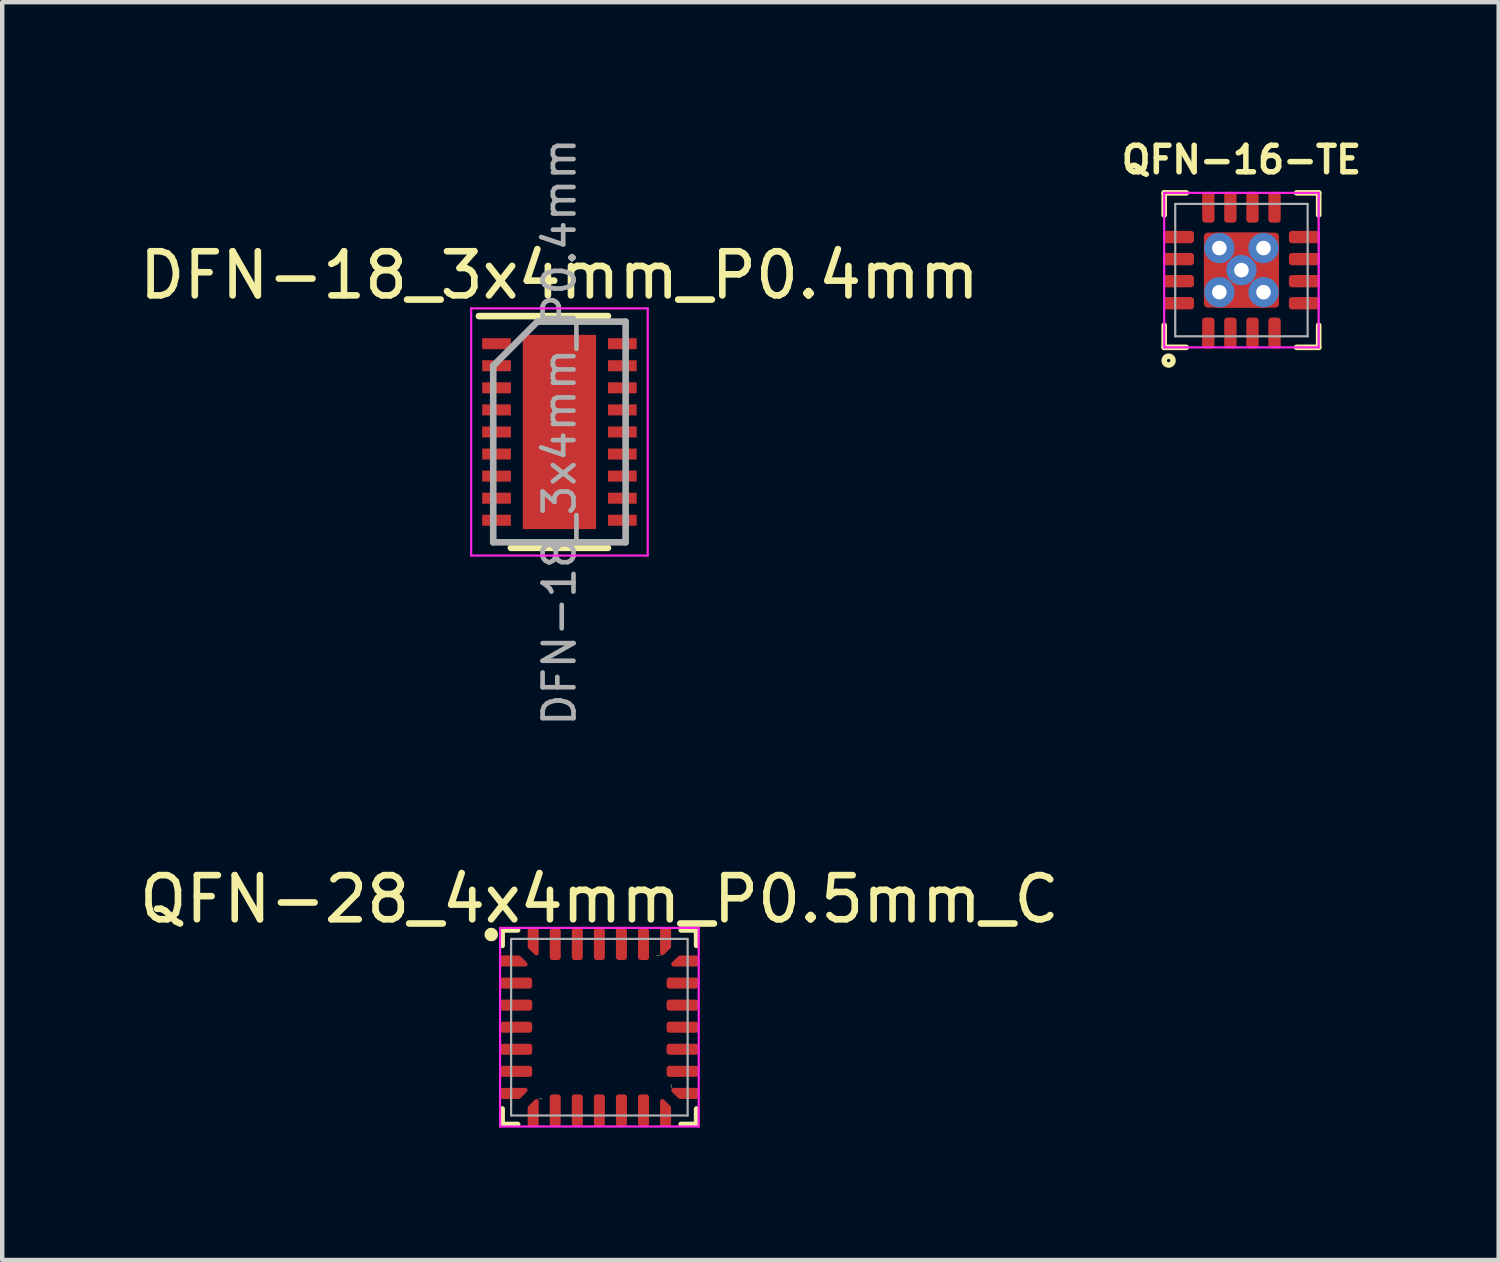
<source format=kicad_pcb>
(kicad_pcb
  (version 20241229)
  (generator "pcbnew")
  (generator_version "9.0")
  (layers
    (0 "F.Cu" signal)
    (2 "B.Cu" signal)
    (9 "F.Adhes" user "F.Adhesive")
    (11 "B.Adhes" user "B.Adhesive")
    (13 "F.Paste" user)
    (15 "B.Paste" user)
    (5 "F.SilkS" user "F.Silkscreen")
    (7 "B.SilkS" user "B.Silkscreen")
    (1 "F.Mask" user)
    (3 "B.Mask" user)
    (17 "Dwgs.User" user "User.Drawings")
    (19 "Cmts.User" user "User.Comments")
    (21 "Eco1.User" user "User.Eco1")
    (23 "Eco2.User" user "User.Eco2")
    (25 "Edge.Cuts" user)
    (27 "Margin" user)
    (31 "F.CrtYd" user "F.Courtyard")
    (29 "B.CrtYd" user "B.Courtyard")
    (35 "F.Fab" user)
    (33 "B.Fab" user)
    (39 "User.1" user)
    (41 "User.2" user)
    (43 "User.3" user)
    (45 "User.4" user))
  (footprint "DFN-18_3x4mm_P0.4mm"
    (layer "F.Cu")
    (at 9.625 6.737)
    (property "Reference" "DFN-18_3x4mm_P0.4mm" (at 0 -3.55 0) (layer "F.SilkS") (effects (font (size 1 1) (thickness 0.15))))
    (attr smd)
    (fp_line (start -1.825 -2.625) (end 1.1 -2.625) (stroke (width 0.15) (type solid)) (layer "F.SilkS"))
    (fp_line (start -1.1 2.625) (end 1.1 2.625) (stroke (width 0.15) (type solid)) (layer "F.SilkS"))
    (fp_line (start -2 -2.8) (end -2 2.8) (stroke (width 0.05) (type solid)) (layer "F.CrtYd"))
    (fp_line (start -2 -2.8) (end 2 -2.8) (stroke (width 0.05) (type solid)) (layer "F.CrtYd"))
    (fp_line (start -2 2.8) (end 2 2.8) (stroke (width 0.05) (type solid)) (layer "F.CrtYd"))
    (fp_line (start 2 -2.8) (end 2 2.8) (stroke (width 0.05) (type solid)) (layer "F.CrtYd"))
    (fp_line (start -1.5 -1.5) (end -0.5 -2.5) (stroke (width 0.15) (type solid)) (layer "F.Fab"))
    (fp_line (start -1.5 2.5) (end -1.5 -1.5) (stroke (width 0.15) (type solid)) (layer "F.Fab"))
    (fp_line (start -0.5 -2.5) (end 1.5 -2.5) (stroke (width 0.15) (type solid)) (layer "F.Fab"))
    (fp_line (start 1.5 -2.5) (end 1.5 2.5) (stroke (width 0.15) (type solid)) (layer "F.Fab"))
    (fp_line (start 1.5 2.5) (end -1.5 2.5) (stroke (width 0.15) (type solid)) (layer "F.Fab"))
    (fp_text user "${REFERENCE}" (at 0 0 90) (layer "F.Fab") (effects (font (size 0.7 0.7) (thickness 0.105))))
    (pad "" smd rect (at -0.415 -1.76) (size 0.67 0.71) (layers "F.Paste"))
    (pad "" smd rect (at -0.415 -0.88) (size 0.67 0.71) (layers "F.Paste"))
    (pad "" smd rect (at -0.415 0) (size 0.67 0.71) (layers "F.Paste"))
    (pad "" smd rect (at -0.415 0.88) (size 0.67 0.71) (layers "F.Paste"))
    (pad "" smd rect (at -0.415 1.76) (size 0.67 0.71) (layers "F.Paste"))
    (pad "" smd rect (at 0.415 -1.76) (size 0.67 0.71) (layers "F.Paste"))
    (pad "" smd rect (at 0.415 -0.88) (size 0.67 0.71) (layers "F.Paste"))
    (pad "" smd rect (at 0.415 0) (size 0.67 0.71) (layers "F.Paste"))
    (pad "" smd rect (at 0.415 0.88) (size 0.67 0.71) (layers "F.Paste"))
    (pad "" smd rect (at 0.415 1.76) (size 0.67 0.71) (layers "F.Paste"))
    (pad "1" smd rect (at -1.425 -2) (size 0.65 0.25) (layers "F.Cu" "F.Mask" "F.Paste"))
    (pad "2" smd rect (at -1.425 -1.5) (size 0.65 0.25) (layers "F.Cu" "F.Mask" "F.Paste"))
    (pad "3" smd rect (at -1.425 -1) (size 0.65 0.25) (layers "F.Cu" "F.Mask" "F.Paste"))
    (pad "4" smd rect (at -1.425 -0.5) (size 0.65 0.25) (layers "F.Cu" "F.Mask" "F.Paste"))
    (pad "5" smd rect (at -1.425 0) (size 0.65 0.25) (layers "F.Cu" "F.Mask" "F.Paste"))
    (pad "6" smd rect (at -1.425 0.5) (size 0.65 0.25) (layers "F.Cu" "F.Mask" "F.Paste"))
    (pad "7" smd rect (at -1.425 1) (size 0.65 0.25) (layers "F.Cu" "F.Mask" "F.Paste"))
    (pad "8" smd rect (at -1.425 1.5) (size 0.65 0.25) (layers "F.Cu" "F.Mask" "F.Paste"))
    (pad "9" smd rect (at -1.425 2) (size 0.65 0.25) (layers "F.Cu" "F.Mask" "F.Paste"))
    (pad "10" smd rect (at 1.425 2) (size 0.65 0.25) (layers "F.Cu" "F.Mask" "F.Paste"))
    (pad "11" smd rect (at 1.425 1.5) (size 0.65 0.25) (layers "F.Cu" "F.Mask" "F.Paste"))
    (pad "12" smd rect (at 1.425 1) (size 0.65 0.25) (layers "F.Cu" "F.Mask" "F.Paste"))
    (pad "13" smd rect (at 1.425 0.5) (size 0.65 0.25) (layers "F.Cu" "F.Mask" "F.Paste"))
    (pad "14" smd rect (at 1.425 0) (size 0.65 0.25) (layers "F.Cu" "F.Mask" "F.Paste"))
    (pad "15" smd rect (at 1.425 -0.5) (size 0.65 0.25) (layers "F.Cu" "F.Mask" "F.Paste"))
    (pad "16" smd rect (at 1.425 -1) (size 0.65 0.25) (layers "F.Cu" "F.Mask" "F.Paste"))
    (pad "17" smd rect (at 1.425 -1.5) (size 0.65 0.25) (layers "F.Cu" "F.Mask" "F.Paste"))
    (pad "18" smd rect (at 1.425 -2) (size 0.65 0.25) (layers "F.Cu" "F.Mask" "F.Paste"))
    (pad "19" smd rect (at 0 0) (size 1.66 4.4) (layers "F.Cu" "F.Mask")))
  (footprint "QFN-16-TE"
    (layer "F.Cu")
    (at 25.077 3.07)
    (property "Reference" "QFN-16-TE" (at 0 -2.5 0) (layer "F.SilkS") (effects (font (size 0.6 0.6) (thickness 0.125))))
    (attr smd)
    (fp_line (start -1.75 -1.75) (end -1.25 -1.75) (stroke (width 0.127) (type solid)) (layer "F.SilkS"))
    (fp_line (start -1.75 -1.25) (end -1.75 -1.75) (stroke (width 0.127) (type solid)) (layer "F.SilkS"))
    (fp_line (start -1.75 1.75) (end -1.75 1.25) (stroke (width 0.127) (type solid)) (layer "F.SilkS"))
    (fp_line (start -1.25 1.75) (end -1.75 1.75) (stroke (width 0.127) (type solid)) (layer "F.SilkS"))
    (fp_line (start 1.25 -1.75) (end 1.75 -1.75) (stroke (width 0.127) (type solid)) (layer "F.SilkS"))
    (fp_line (start 1.75 -1.75) (end 1.75 -1.25) (stroke (width 0.127) (type solid)) (layer "F.SilkS"))
    (fp_line (start 1.75 1.25) (end 1.75 1.75) (stroke (width 0.127) (type solid)) (layer "F.SilkS"))
    (fp_line (start 1.75 1.75) (end 1.25 1.75) (stroke (width 0.127) (type solid)) (layer "F.SilkS"))
    (fp_circle (center -1.65 2.05) (end -1.75 2.05) (stroke (width 0.125) (type solid)) (fill no) (layer "F.SilkS"))
    (fp_line (start -1.75 -1.75) (end -1.75 1.75) (stroke (width 0.05) (type solid)) (layer "F.CrtYd"))
    (fp_line (start -1.75 -1.75) (end 1.75 -1.75) (stroke (width 0.05) (type solid)) (layer "F.CrtYd"))
    (fp_line (start 1.75 -1.75) (end 1.75 1.75) (stroke (width 0.05) (type solid)) (layer "F.CrtYd"))
    (fp_line (start 1.75 1.75) (end -1.75 1.75) (stroke (width 0.05) (type solid)) (layer "F.CrtYd"))
    (fp_line (start -1.5 -1.5) (end 1.5 -1.5) (stroke (width 0.05) (type solid)) (layer "F.Fab"))
    (fp_line (start -1.5 1.5) (end -1.5 -1.5) (stroke (width 0.05) (type solid)) (layer "F.Fab"))
    (fp_line (start 1.5 -1.5) (end 1.5 1.5) (stroke (width 0.05) (type solid)) (layer "F.Fab"))
    (fp_line (start 1.5 1.5) (end -1.5 1.5) (stroke (width 0.05) (type solid)) (layer "F.Fab"))
    (pad "1" smd roundrect (at -0.75 1.425) (size 0.28 0.7) (layers "F.Cu" "F.Mask" "F.Paste") (roundrect_rratio 0.25))
    (pad "2" smd roundrect (at -0.25 1.425) (size 0.28 0.7) (layers "F.Cu" "F.Mask" "F.Paste") (roundrect_rratio 0.25))
    (pad "3" smd roundrect (at 0.25 1.425) (size 0.28 0.7) (layers "F.Cu" "F.Mask" "F.Paste") (roundrect_rratio 0.25))
    (pad "4" smd roundrect (at 0.75 1.425) (size 0.28 0.7) (layers "F.Cu" "F.Mask" "F.Paste") (roundrect_rratio 0.25))
    (pad "5" smd roundrect (at 1.425 0.75 90) (size 0.28 0.7) (layers "F.Cu" "F.Mask" "F.Paste") (roundrect_rratio 0.25))
    (pad "6" smd roundrect (at 1.425 0.25 90) (size 0.28 0.7) (layers "F.Cu" "F.Mask" "F.Paste") (roundrect_rratio 0.25))
    (pad "7" smd roundrect (at 1.425 -0.25 90) (size 0.28 0.7) (layers "F.Cu" "F.Mask" "F.Paste") (roundrect_rratio 0.25))
    (pad "8" smd roundrect (at 1.425 -0.75 90) (size 0.28 0.7) (layers "F.Cu" "F.Mask" "F.Paste") (roundrect_rratio 0.25))
    (pad "9" smd roundrect (at 0.75 -1.425) (size 0.28 0.7) (layers "F.Cu" "F.Mask" "F.Paste") (roundrect_rratio 0.25))
    (pad "10" smd roundrect (at 0.25 -1.425) (size 0.28 0.7) (layers "F.Cu" "F.Mask" "F.Paste") (roundrect_rratio 0.25))
    (pad "11" smd roundrect (at -0.25 -1.425) (size 0.28 0.7) (layers "F.Cu" "F.Mask" "F.Paste") (roundrect_rratio 0.25))
    (pad "12" smd roundrect (at -0.75 -1.425) (size 0.28 0.7) (layers "F.Cu" "F.Mask" "F.Paste") (roundrect_rratio 0.25))
    (pad "13" smd roundrect (at -1.425 -0.75 90) (size 0.28 0.7) (layers "F.Cu" "F.Mask" "F.Paste") (roundrect_rratio 0.25))
    (pad "14" smd roundrect (at -1.425 -0.25 90) (size 0.28 0.7) (layers "F.Cu" "F.Mask" "F.Paste") (roundrect_rratio 0.25))
    (pad "15" smd roundrect (at -1.425 0.25 90) (size 0.28 0.7) (layers "F.Cu" "F.Mask" "F.Paste") (roundrect_rratio 0.25))
    (pad "16" smd roundrect (at -1.425 0.75 90) (size 0.28 0.7) (layers "F.Cu" "F.Mask" "F.Paste") (roundrect_rratio 0.25))
    (pad "17" smd trapezoid (at -0.525 0 270) (size 0.65 0.65) (rect_delta 0 0.55) (layers "F.Cu" "F.Paste"))
    (pad "17" thru_hole circle (at -0.5 -0.5) (size 0.686 0.686) (drill 0.33) (layers "*.Cu"))
    (pad "17" thru_hole circle (at -0.5 0.5) (size 0.686 0.686) (drill 0.33) (layers "*.Cu"))
    (pad "17" smd trapezoid (at 0 -0.525 180) (size 0.65 0.65) (rect_delta 0 0.55) (layers "F.Cu" "F.Paste"))
    (pad "17" thru_hole circle (at 0 0) (size 0.686 0.686) (drill 0.33) (layers "*.Cu"))
    (pad "17" smd roundrect (at 0 0) (size 1.7 1.7) (layers "F.Cu" "F.Mask") (roundrect_rratio 0.05))
    (pad "17" smd trapezoid (at 0 0.525) (size 0.65 0.65) (rect_delta 0 0.55) (layers "F.Cu" "F.Paste"))
    (pad "17" thru_hole circle (at 0.5 -0.5) (size 0.686 0.686) (drill 0.33) (layers "*.Cu"))
    (pad "17" thru_hole circle (at 0.5 0.5) (size 0.686 0.686) (drill 0.33) (layers "*.Cu"))
    (pad "17" smd trapezoid (at 0.525 0 90) (size 0.65 0.65) (rect_delta 0 0.55) (layers "F.Cu" "F.Paste")))
  (footprint "QFN-28_4x4mm_P0.5mm_C"
    (layer "F.Cu")
    (at 10.53 20.223)
    (property "Reference" "QFN-28_4x4mm_P0.5mm_C" (at 0 -2.9 0) (layer "F.SilkS") (effects (font (size 1 1) (thickness 0.15))))
    (attr smd)
    (fp_line (start -2.2 -2.2) (end -2.2 -1.85) (stroke (width 0.12) (type solid)) (layer "F.SilkS"))
    (fp_line (start -2.2 2.2) (end -2.2 1.85) (stroke (width 0.12) (type solid)) (layer "F.SilkS"))
    (fp_line (start -1.85 -2.2) (end -2.2 -2.2) (stroke (width 0.12) (type solid)) (layer "F.SilkS"))
    (fp_line (start -1.85 2.2) (end -2.2 2.2) (stroke (width 0.12) (type solid)) (layer "F.SilkS"))
    (fp_line (start -1.375 1.625) (end -1.3 1.625) (stroke (width 0.01) (type solid)) (layer "F.SilkS"))
    (fp_line (start 1.375 -1.625) (end 1.3 -1.625) (stroke (width 0.01) (type solid)) (layer "F.SilkS"))
    (fp_line (start 1.625 1.375) (end 1.625 1.3) (stroke (width 0.01) (type solid)) (layer "F.SilkS"))
    (fp_line (start 1.85 -2.2) (end 2.2 -2.2) (stroke (width 0.12) (type solid)) (layer "F.SilkS"))
    (fp_line (start 1.85 2.2) (end 2.2 2.2) (stroke (width 0.12) (type solid)) (layer "F.SilkS"))
    (fp_line (start 2.2 -2.2) (end 2.2 -1.85) (stroke (width 0.12) (type solid)) (layer "F.SilkS"))
    (fp_line (start 2.2 2.2) (end 2.2 1.85) (stroke (width 0.12) (type solid)) (layer "F.SilkS"))
    (fp_circle (center -2.45 -2.1) (end -2.45 -2.179) (stroke (width 0.15) (type solid)) (fill no) (layer "F.SilkS"))
    (fp_line (start -2.25 -2.25) (end -2.25 2.25) (stroke (width 0.05) (type solid)) (layer "F.CrtYd"))
    (fp_line (start -2.25 2.25) (end 2.25 2.25) (stroke (width 0.05) (type solid)) (layer "F.CrtYd"))
    (fp_line (start 2.25 -2.25) (end -2.25 -2.25) (stroke (width 0.05) (type solid)) (layer "F.CrtYd"))
    (fp_line (start 2.25 2.25) (end 2.25 -2.25) (stroke (width 0.05) (type solid)) (layer "F.CrtYd"))
    (fp_line (start -2 -2) (end 2 -2) (stroke (width 0.05) (type solid)) (layer "F.Fab"))
    (fp_line (start -2 2) (end -2 -2) (stroke (width 0.05) (type solid)) (layer "F.Fab"))
    (fp_line (start 2 -2) (end 2 2) (stroke (width 0.05) (type solid)) (layer "F.Fab"))
    (fp_line (start 2 2) (end -2 2) (stroke (width 0.05) (type solid)) (layer "F.Fab"))
    (pad "1" smd custom (at -1.938 -1.5) (size 0.144 0.144) (layers "F.Cu" "F.Mask" "F.Paste") (options (anchor circle)) (primitives (gr_poly (pts (xy -0.263 -0.075) (xy 0.113 -0.075) (xy 0.263 0.075) (xy -0.263 0.075)) (width 0.1) (fill yes))))
    (pad "2" smd roundrect (at -1.885 -1) (size 0.725 0.25) (layers "F.Cu" "F.Mask" "F.Paste") (roundrect_rratio 0.25))
    (pad "3" smd roundrect (at -1.885 -0.5) (size 0.725 0.25) (layers "F.Cu" "F.Mask" "F.Paste") (roundrect_rratio 0.25))
    (pad "4" smd roundrect (at -1.885 0) (size 0.725 0.25) (layers "F.Cu" "F.Mask" "F.Paste") (roundrect_rratio 0.25))
    (pad "5" smd roundrect (at -1.885 0.5) (size 0.725 0.25) (layers "F.Cu" "F.Mask" "F.Paste") (roundrect_rratio 0.25))
    (pad "6" smd roundrect (at -1.885 1) (size 0.725 0.25) (layers "F.Cu" "F.Mask" "F.Paste") (roundrect_rratio 0.25))
    (pad "7" smd custom (at -1.938 1.5) (size 0.144 0.144) (layers "F.Cu" "F.Mask" "F.Paste") (options (anchor circle)) (primitives (gr_poly (pts (xy -0.263 -0.075) (xy 0.263 -0.075) (xy 0.113 0.075) (xy -0.263 0.075)) (width 0.1) (fill yes))))
    (pad "8" smd custom (at -1.5 1.938 90) (size 0.144 0.144) (layers "F.Cu" "F.Mask" "F.Paste") (options (anchor circle)) (primitives (gr_poly (pts (xy -0.263 -0.075) (xy 0.113 -0.075) (xy 0.263 0.075) (xy -0.263 0.075)) (width 0.1) (fill yes))))
    (pad "9" smd roundrect (at -1 1.885 90) (size 0.725 0.25) (layers "F.Cu" "F.Mask" "F.Paste") (roundrect_rratio 0.25))
    (pad "10" smd roundrect (at -0.5 1.885 90) (size 0.725 0.25) (layers "F.Cu" "F.Mask" "F.Paste") (roundrect_rratio 0.25))
    (pad "11" smd roundrect (at 0 1.885 90) (size 0.725 0.25) (layers "F.Cu" "F.Mask" "F.Paste") (roundrect_rratio 0.25))
    (pad "12" smd roundrect (at 0.5 1.885 90) (size 0.725 0.25) (layers "F.Cu" "F.Mask" "F.Paste") (roundrect_rratio 0.25))
    (pad "13" smd roundrect (at 1 1.885 90) (size 0.725 0.25) (layers "F.Cu" "F.Mask" "F.Paste") (roundrect_rratio 0.25))
    (pad "14" smd custom (at 1.5 1.938 90) (size 0.144 0.144) (layers "F.Cu" "F.Mask" "F.Paste") (options (anchor circle)) (primitives (gr_poly (pts (xy -0.263 -0.075) (xy 0.263 -0.075) (xy 0.113 0.075) (xy -0.263 0.075)) (width 0.1) (fill yes))))
    (pad "15" smd custom (at 1.938 1.5 180) (size 0.144 0.144) (layers "F.Cu" "F.Mask" "F.Paste") (options (anchor circle)) (primitives (gr_poly (pts (xy -0.263 -0.075) (xy 0.113 -0.075) (xy 0.263 0.075) (xy -0.263 0.075)) (width 0.1) (fill yes))))
    (pad "16" smd roundrect (at 1.885 1 180) (size 0.725 0.25) (layers "F.Cu" "F.Mask" "F.Paste") (roundrect_rratio 0.25))
    (pad "17" smd roundrect (at 1.885 0.5 180) (size 0.725 0.25) (layers "F.Cu" "F.Mask" "F.Paste") (roundrect_rratio 0.25))
    (pad "18" smd roundrect (at 1.885 0 180) (size 0.725 0.25) (layers "F.Cu" "F.Mask" "F.Paste") (roundrect_rratio 0.25))
    (pad "19" smd roundrect (at 1.885 -0.5 180) (size 0.725 0.25) (layers "F.Cu" "F.Mask" "F.Paste") (roundrect_rratio 0.25))
    (pad "20" smd roundrect (at 1.885 -1 180) (size 0.725 0.25) (layers "F.Cu" "F.Mask" "F.Paste") (roundrect_rratio 0.25))
    (pad "21" smd custom (at 1.938 -1.5 180) (size 0.144 0.144) (layers "F.Cu" "F.Mask" "F.Paste") (options (anchor circle)) (primitives (gr_poly (pts (xy -0.263 -0.075) (xy 0.263 -0.075) (xy 0.113 0.075) (xy -0.263 0.075)) (width 0.1) (fill yes))))
    (pad "22" smd custom (at 1.5 -1.938 270) (size 0.144 0.144) (layers "F.Cu" "F.Mask" "F.Paste") (options (anchor circle)) (primitives (gr_poly (pts (xy -0.263 -0.075) (xy 0.113 -0.075) (xy 0.263 0.075) (xy -0.263 0.075)) (width 0.1) (fill yes))))
    (pad "23" smd roundrect (at 1 -1.885 270) (size 0.725 0.25) (layers "F.Cu" "F.Mask" "F.Paste") (roundrect_rratio 0.25))
    (pad "24" smd roundrect (at 0.5 -1.885 270) (size 0.725 0.25) (layers "F.Cu" "F.Mask" "F.Paste") (roundrect_rratio 0.25))
    (pad "25" smd roundrect (at 0 -1.885 270) (size 0.725 0.25) (layers "F.Cu" "F.Mask" "F.Paste") (roundrect_rratio 0.25))
    (pad "26" smd roundrect (at -0.5 -1.885 270) (size 0.725 0.25) (layers "F.Cu" "F.Mask" "F.Paste") (roundrect_rratio 0.25))
    (pad "27" smd roundrect (at -1 -1.885 270) (size 0.725 0.25) (layers "F.Cu" "F.Mask" "F.Paste") (roundrect_rratio 0.25))
    (pad "28" smd custom (at -1.5 -1.938 270) (size 0.144 0.144) (layers "F.Cu" "F.Mask" "F.Paste") (options (anchor circle)) (primitives (gr_poly (pts (xy -0.263 -0.075) (xy 0.263 -0.075) (xy 0.113 0.075) (xy -0.263 0.075)) (width 0.1) (fill yes)))))
  (gr_rect
    (start -3 -3)
    (end 30.905 25.498)
    (stroke (width 0.1) (type default))
    (fill no)
    (layer "Edge.Cuts")))
</source>
